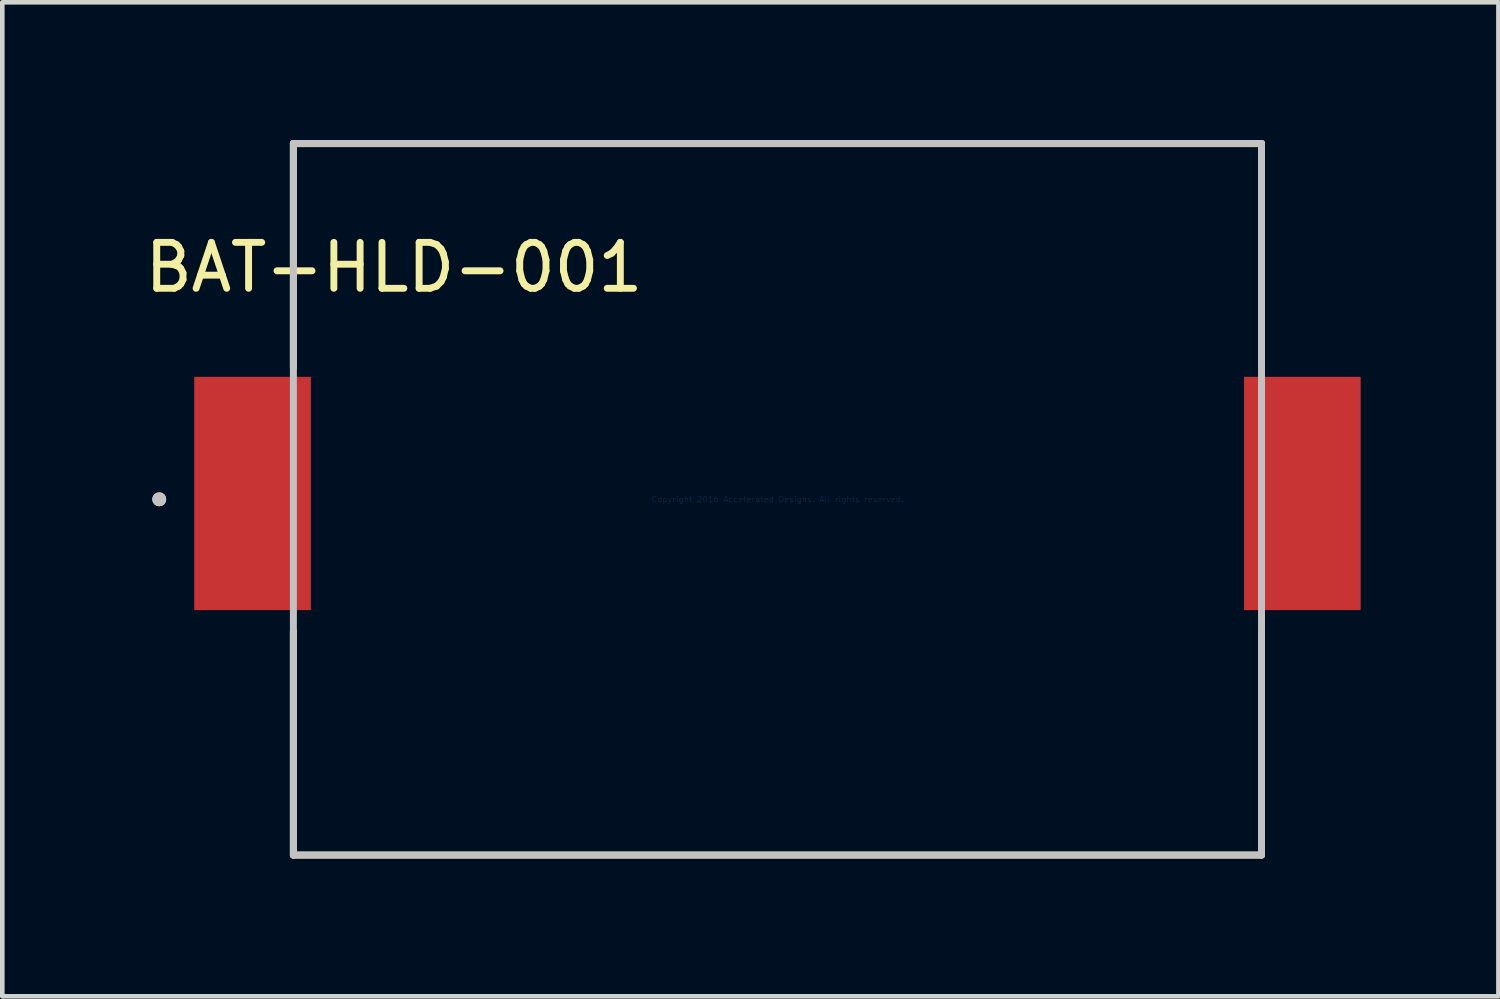
<source format=kicad_pcb>
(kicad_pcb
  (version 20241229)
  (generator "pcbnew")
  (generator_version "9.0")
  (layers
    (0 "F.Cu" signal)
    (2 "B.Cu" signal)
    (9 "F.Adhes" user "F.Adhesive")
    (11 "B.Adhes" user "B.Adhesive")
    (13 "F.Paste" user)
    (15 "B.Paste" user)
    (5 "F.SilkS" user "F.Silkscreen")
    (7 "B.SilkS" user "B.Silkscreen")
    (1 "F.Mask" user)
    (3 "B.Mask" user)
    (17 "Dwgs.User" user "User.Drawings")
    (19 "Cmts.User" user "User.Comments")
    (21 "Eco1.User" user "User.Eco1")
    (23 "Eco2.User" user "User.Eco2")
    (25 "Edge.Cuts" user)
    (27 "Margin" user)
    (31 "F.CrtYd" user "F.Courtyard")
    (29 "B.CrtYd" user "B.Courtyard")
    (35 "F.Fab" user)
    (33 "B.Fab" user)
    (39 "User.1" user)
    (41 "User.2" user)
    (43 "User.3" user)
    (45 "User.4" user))
  (footprint "BAT-HLD-001"
    (layer "F.Cu")
    (at 13.88 7.823)
    (property "Reference" "BAT-HLD-001" (at -8.35 -5.05 0) (layer "F.SilkS") (effects (font (size 1 1) (thickness 0.15))))
    (attr through_hole)
    (fp_line (start -10.541 -7.747) (end -10.541 -2.873) (stroke (width 0.152) (type solid)) (layer "F.SilkS"))
    (fp_line (start -10.541 2.873) (end -10.541 7.747) (stroke (width 0.152) (type solid)) (layer "F.SilkS"))
    (fp_line (start -10.541 7.747) (end 10.541 7.747) (stroke (width 0.152) (type solid)) (layer "F.SilkS"))
    (fp_line (start 10.541 -7.747) (end -10.541 -7.747) (stroke (width 0.152) (type solid)) (layer "F.SilkS"))
    (fp_line (start 10.541 -2.873) (end 10.541 -7.747) (stroke (width 0.152) (type solid)) (layer "F.SilkS"))
    (fp_line (start 10.541 7.747) (end 10.541 2.873) (stroke (width 0.152) (type solid)) (layer "F.SilkS"))
    (fp_circle (center -13.462 0) (end -13.386 0) (stroke (width 0.152) (type solid)) (fill no) (layer "F.SilkS"))
    (fp_line (start -10.541 -7.747) (end -10.541 7.747) (stroke (width 0.152) (type solid)) (layer "Dwgs.User"))
    (fp_line (start -10.541 7.747) (end 10.541 7.747) (stroke (width 0.152) (type solid)) (layer "Dwgs.User"))
    (fp_line (start 10.541 -7.747) (end -10.541 -7.747) (stroke (width 0.152) (type solid)) (layer "Dwgs.User"))
    (fp_line (start 10.541 7.747) (end 10.541 -7.747) (stroke (width 0.152) (type solid)) (layer "Dwgs.User"))
    (fp_circle (center -13.462 0) (end -13.386 0) (stroke (width 0.152) (type solid)) (fill no) (layer "Dwgs.User"))
    (fp_text user "Copyright 2016 Accelerated Designs. All rights reserved." (at 0 0 0) (layer "Cmts.User") (effects (font (size 0.127 0.127) (thickness 0.002))))
    (pad "1" smd rect (at -11.43 -0.127) (size 2.54 5.08) (layers "F.Cu"))
    (pad "3" smd rect (at 11.43 -0.127) (size 2.54 5.08) (layers "F.Cu")))
  (gr_rect
    (start -3 -3)
    (end 29.58 18.646)
    (stroke (width 0.1) (type default))
    (fill no)
    (layer "Edge.Cuts")))
</source>
